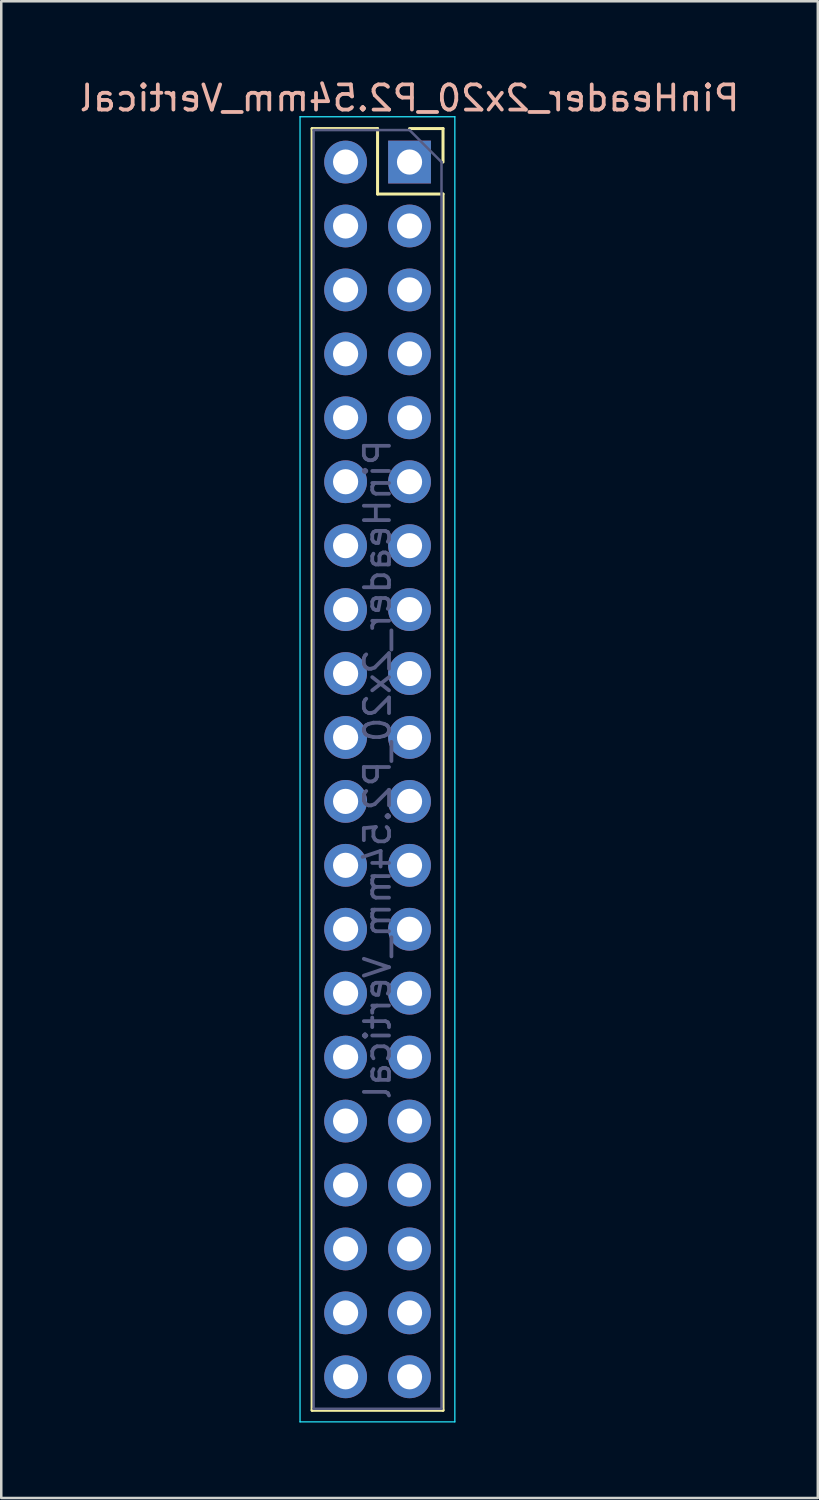
<source format=kicad_pcb>
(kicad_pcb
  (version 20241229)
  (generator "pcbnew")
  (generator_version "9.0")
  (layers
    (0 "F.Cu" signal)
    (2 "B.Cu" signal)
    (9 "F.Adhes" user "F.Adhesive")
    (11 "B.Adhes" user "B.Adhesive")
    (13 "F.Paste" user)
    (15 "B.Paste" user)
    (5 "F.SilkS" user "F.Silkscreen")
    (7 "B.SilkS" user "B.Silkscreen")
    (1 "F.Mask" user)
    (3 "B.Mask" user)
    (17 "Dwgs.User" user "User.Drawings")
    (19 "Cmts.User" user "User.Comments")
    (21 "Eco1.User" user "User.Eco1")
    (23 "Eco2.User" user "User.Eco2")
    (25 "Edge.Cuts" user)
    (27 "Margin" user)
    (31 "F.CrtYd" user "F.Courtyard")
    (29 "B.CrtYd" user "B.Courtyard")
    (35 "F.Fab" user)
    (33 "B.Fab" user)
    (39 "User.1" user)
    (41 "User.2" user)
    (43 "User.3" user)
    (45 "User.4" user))
  (footprint "PinHeader_2x20_P2.54mm_Vertical"
    (layer "F.Cu")
    (at 11.95 27.518)
    (property "Reference" "PinHeader_2x20_P2.54mm_Vertical" (at 1.27 -26.67 180) (layer "B.SilkS") (effects (font (size 1 1) (thickness 0.15)) (justify mirror)))
    (attr through_hole)
    (fp_line (start -2.6 -25.46) (end -2.6 25.46) (stroke (width 0.12) (type solid)) (layer "F.SilkS"))
    (fp_line (start 0 -25.46) (end -2.6 -25.46) (stroke (width 0.12) (type solid)) (layer "F.SilkS"))
    (fp_line (start 0 -22.86) (end 0 -25.46) (stroke (width 0.12) (type solid)) (layer "F.SilkS"))
    (fp_line (start 2.6 -25.46) (end 1.27 -25.46) (stroke (width 0.12) (type solid)) (layer "F.SilkS"))
    (fp_line (start 2.6 -24.13) (end 2.6 -25.46) (stroke (width 0.12) (type solid)) (layer "F.SilkS"))
    (fp_line (start 2.6 -22.86) (end 0 -22.86) (stroke (width 0.12) (type solid)) (layer "F.SilkS"))
    (fp_line (start 2.6 -22.86) (end 2.6 25.46) (stroke (width 0.12) (type solid)) (layer "F.SilkS"))
    (fp_line (start 2.6 25.46) (end -2.6 25.46) (stroke (width 0.12) (type solid)) (layer "F.SilkS"))
    (fp_line (start -3.08 -25.93) (end 3.07 -25.93) (stroke (width 0.05) (type solid)) (layer "B.CrtYd"))
    (fp_line (start -3.08 25.92) (end -3.08 -25.93) (stroke (width 0.05) (type solid)) (layer "B.CrtYd"))
    (fp_line (start 3.07 -25.93) (end 3.07 25.92) (stroke (width 0.05) (type solid)) (layer "B.CrtYd"))
    (fp_line (start 3.07 25.92) (end -3.08 25.92) (stroke (width 0.05) (type solid)) (layer "B.CrtYd"))
    (fp_line (start -2.54 -25.4) (end -2.54 25.4) (stroke (width 0.1) (type solid)) (layer "B.Fab"))
    (fp_line (start -2.54 25.4) (end 2.54 25.4) (stroke (width 0.1) (type solid)) (layer "B.Fab"))
    (fp_line (start 1.27 -25.4) (end -2.54 -25.4) (stroke (width 0.1) (type solid)) (layer "B.Fab"))
    (fp_line (start 2.54 -24.13) (end 1.27 -25.4) (stroke (width 0.1) (type solid)) (layer "B.Fab"))
    (fp_line (start 2.54 25.4) (end 2.54 -24.13) (stroke (width 0.1) (type solid)) (layer "B.Fab"))
    (fp_text user "${REFERENCE}" (at 0 0 90) (layer "B.Fab") (effects (font (size 1 1) (thickness 0.15)) (justify mirror)))
    (pad "1" thru_hole rect (at 1.27 -24.13 180) (size 1.7 1.7) (drill 1) (layers "*.Cu" "*.Mask"))
    (pad "2" thru_hole oval (at -1.27 -24.13 180) (size 1.7 1.7) (drill 1) (layers "*.Cu" "*.Mask"))
    (pad "3" thru_hole oval (at 1.27 -21.59 180) (size 1.7 1.7) (drill 1) (layers "*.Cu" "*.Mask"))
    (pad "4" thru_hole oval (at -1.27 -21.59 180) (size 1.7 1.7) (drill 1) (layers "*.Cu" "*.Mask"))
    (pad "5" thru_hole oval (at 1.27 -19.05 180) (size 1.7 1.7) (drill 1) (layers "*.Cu" "*.Mask"))
    (pad "6" thru_hole oval (at -1.27 -19.05 180) (size 1.7 1.7) (drill 1) (layers "*.Cu" "*.Mask"))
    (pad "7" thru_hole oval (at 1.27 -16.51 180) (size 1.7 1.7) (drill 1) (layers "*.Cu" "*.Mask"))
    (pad "8" thru_hole oval (at -1.27 -16.51 180) (size 1.7 1.7) (drill 1) (layers "*.Cu" "*.Mask"))
    (pad "9" thru_hole oval (at 1.27 -13.97 180) (size 1.7 1.7) (drill 1) (layers "*.Cu" "*.Mask"))
    (pad "10" thru_hole oval (at -1.27 -13.97 180) (size 1.7 1.7) (drill 1) (layers "*.Cu" "*.Mask"))
    (pad "11" thru_hole oval (at 1.27 -11.43 180) (size 1.7 1.7) (drill 1) (layers "*.Cu" "*.Mask"))
    (pad "12" thru_hole oval (at -1.27 -11.43 180) (size 1.7 1.7) (drill 1) (layers "*.Cu" "*.Mask"))
    (pad "13" thru_hole oval (at 1.27 -8.89 180) (size 1.7 1.7) (drill 1) (layers "*.Cu" "*.Mask"))
    (pad "14" thru_hole oval (at -1.27 -8.89 180) (size 1.7 1.7) (drill 1) (layers "*.Cu" "*.Mask"))
    (pad "15" thru_hole oval (at 1.27 -6.35 180) (size 1.7 1.7) (drill 1) (layers "*.Cu" "*.Mask"))
    (pad "16" thru_hole oval (at -1.27 -6.35 180) (size 1.7 1.7) (drill 1) (layers "*.Cu" "*.Mask"))
    (pad "17" thru_hole oval (at 1.27 -3.81 180) (size 1.7 1.7) (drill 1) (layers "*.Cu" "*.Mask"))
    (pad "18" thru_hole oval (at -1.27 -3.81 180) (size 1.7 1.7) (drill 1) (layers "*.Cu" "*.Mask"))
    (pad "19" thru_hole oval (at 1.27 -1.27 180) (size 1.7 1.7) (drill 1) (layers "*.Cu" "*.Mask"))
    (pad "20" thru_hole oval (at -1.27 -1.27 180) (size 1.7 1.7) (drill 1) (layers "*.Cu" "*.Mask"))
    (pad "21" thru_hole oval (at 1.27 1.27 180) (size 1.7 1.7) (drill 1) (layers "*.Cu" "*.Mask"))
    (pad "22" thru_hole oval (at -1.27 1.27 180) (size 1.7 1.7) (drill 1) (layers "*.Cu" "*.Mask"))
    (pad "23" thru_hole oval (at 1.27 3.81 180) (size 1.7 1.7) (drill 1) (layers "*.Cu" "*.Mask"))
    (pad "24" thru_hole oval (at -1.27 3.81 180) (size 1.7 1.7) (drill 1) (layers "*.Cu" "*.Mask"))
    (pad "25" thru_hole oval (at 1.27 6.35 180) (size 1.7 1.7) (drill 1) (layers "*.Cu" "*.Mask"))
    (pad "26" thru_hole oval (at -1.27 6.35 180) (size 1.7 1.7) (drill 1) (layers "*.Cu" "*.Mask"))
    (pad "27" thru_hole oval (at 1.27 8.89 180) (size 1.7 1.7) (drill 1) (layers "*.Cu" "*.Mask"))
    (pad "28" thru_hole oval (at -1.27 8.89 180) (size 1.7 1.7) (drill 1) (layers "*.Cu" "*.Mask"))
    (pad "29" thru_hole oval (at 1.27 11.43 180) (size 1.7 1.7) (drill 1) (layers "*.Cu" "*.Mask"))
    (pad "30" thru_hole oval (at -1.27 11.43 180) (size 1.7 1.7) (drill 1) (layers "*.Cu" "*.Mask"))
    (pad "31" thru_hole oval (at 1.27 13.97 180) (size 1.7 1.7) (drill 1) (layers "*.Cu" "*.Mask"))
    (pad "32" thru_hole oval (at -1.27 13.97 180) (size 1.7 1.7) (drill 1) (layers "*.Cu" "*.Mask"))
    (pad "33" thru_hole oval (at 1.27 16.51 180) (size 1.7 1.7) (drill 1) (layers "*.Cu" "*.Mask"))
    (pad "34" thru_hole oval (at -1.27 16.51 180) (size 1.7 1.7) (drill 1) (layers "*.Cu" "*.Mask"))
    (pad "35" thru_hole oval (at 1.27 19.05 180) (size 1.7 1.7) (drill 1) (layers "*.Cu" "*.Mask"))
    (pad "36" thru_hole oval (at -1.27 19.05 180) (size 1.7 1.7) (drill 1) (layers "*.Cu" "*.Mask"))
    (pad "37" thru_hole oval (at 1.27 21.59 180) (size 1.7 1.7) (drill 1) (layers "*.Cu" "*.Mask"))
    (pad "38" thru_hole oval (at -1.27 21.59 180) (size 1.7 1.7) (drill 1) (layers "*.Cu" "*.Mask"))
    (pad "39" thru_hole oval (at 1.27 24.13 180) (size 1.7 1.7) (drill 1) (layers "*.Cu" "*.Mask"))
    (pad "40" thru_hole oval (at -1.27 24.13 180) (size 1.7 1.7) (drill 1) (layers "*.Cu" "*.Mask")))
  (gr_rect
    (start -3 -3)
    (end 29.44 56.463)
    (stroke (width 0.1) (type default))
    (fill no)
    (layer "Edge.Cuts")))
</source>
